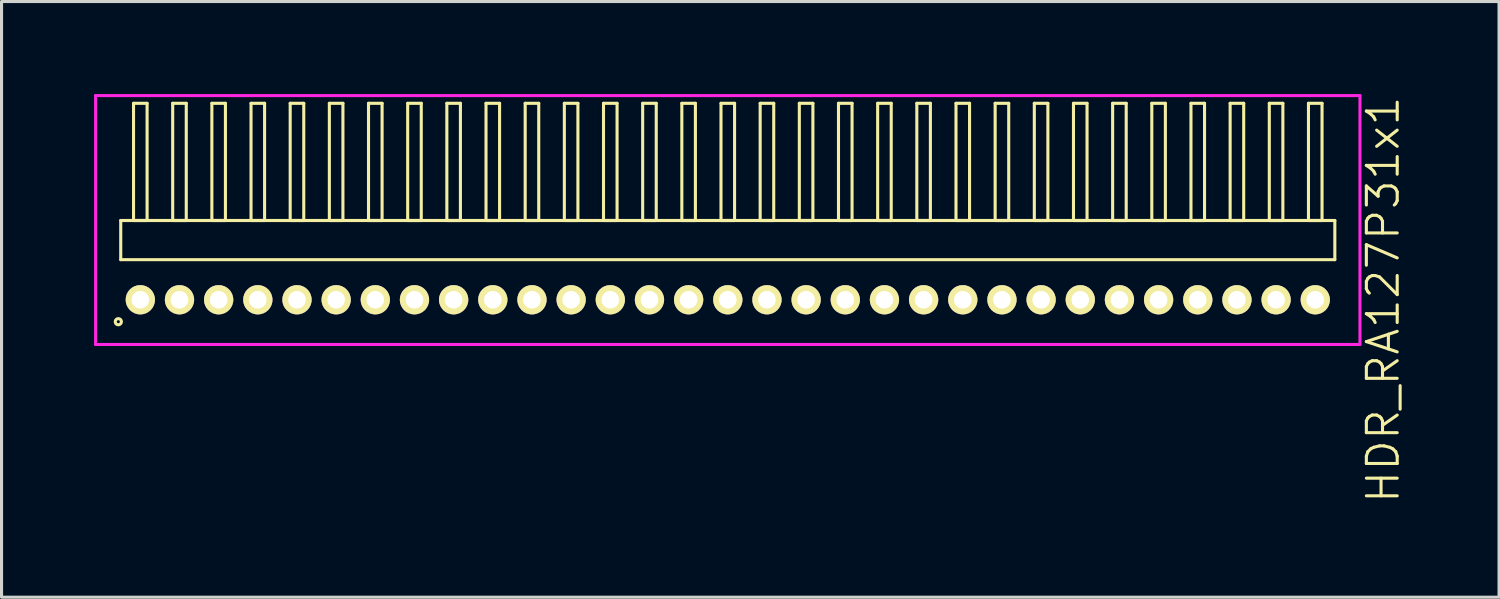
<source format=kicad_pcb>
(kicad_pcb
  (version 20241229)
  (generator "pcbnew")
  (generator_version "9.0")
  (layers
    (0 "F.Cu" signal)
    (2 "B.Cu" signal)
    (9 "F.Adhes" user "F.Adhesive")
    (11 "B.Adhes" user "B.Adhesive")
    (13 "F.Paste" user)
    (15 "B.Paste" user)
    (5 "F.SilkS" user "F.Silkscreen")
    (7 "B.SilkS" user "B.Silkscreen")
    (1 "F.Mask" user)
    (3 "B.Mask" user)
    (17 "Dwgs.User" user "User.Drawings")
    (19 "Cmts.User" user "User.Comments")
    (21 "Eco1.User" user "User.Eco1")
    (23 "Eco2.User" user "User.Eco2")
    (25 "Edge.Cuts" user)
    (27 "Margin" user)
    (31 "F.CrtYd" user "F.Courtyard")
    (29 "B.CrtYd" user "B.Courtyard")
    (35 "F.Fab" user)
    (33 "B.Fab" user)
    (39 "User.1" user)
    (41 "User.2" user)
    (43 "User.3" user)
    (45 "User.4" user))
  (footprint "HDR_RA127P31x1"
    (layer "F.Cu")
    (at 20.55 6.67)
    (property "Reference" "HDR_RA127P31x1" (at 21.25 0 90) (layer "F.SilkS") (effects (font (size 1 1) (thickness 0.1))))
    (attr through_hole)
    (fp_line (start -19.685 -2.57) (end -19.685 -1.3) (stroke (width 0.1) (type solid)) (layer "F.SilkS"))
    (fp_line (start -19.685 -1.3) (end 19.685 -1.3) (stroke (width 0.1) (type solid)) (layer "F.SilkS"))
    (fp_line (start -19.27 -6.37) (end -19.27 -2.57) (stroke (width 0.1) (type solid)) (layer "F.SilkS"))
    (fp_line (start -19.27 -2.57) (end -18.83 -2.57) (stroke (width 0.1) (type solid)) (layer "F.SilkS"))
    (fp_line (start -18.83 -6.37) (end -19.27 -6.37) (stroke (width 0.1) (type solid)) (layer "F.SilkS"))
    (fp_line (start -18.83 -2.57) (end -18.83 -6.37) (stroke (width 0.1) (type solid)) (layer "F.SilkS"))
    (fp_line (start -18 -6.37) (end -18 -2.57) (stroke (width 0.1) (type solid)) (layer "F.SilkS"))
    (fp_line (start -18 -2.57) (end -17.56 -2.57) (stroke (width 0.1) (type solid)) (layer "F.SilkS"))
    (fp_line (start -17.56 -6.37) (end -18 -6.37) (stroke (width 0.1) (type solid)) (layer "F.SilkS"))
    (fp_line (start -17.56 -2.57) (end -17.56 -6.37) (stroke (width 0.1) (type solid)) (layer "F.SilkS"))
    (fp_line (start -16.73 -6.37) (end -16.73 -2.57) (stroke (width 0.1) (type solid)) (layer "F.SilkS"))
    (fp_line (start -16.73 -2.57) (end -16.29 -2.57) (stroke (width 0.1) (type solid)) (layer "F.SilkS"))
    (fp_line (start -16.29 -6.37) (end -16.73 -6.37) (stroke (width 0.1) (type solid)) (layer "F.SilkS"))
    (fp_line (start -16.29 -2.57) (end -16.29 -6.37) (stroke (width 0.1) (type solid)) (layer "F.SilkS"))
    (fp_line (start -15.46 -6.37) (end -15.46 -2.57) (stroke (width 0.1) (type solid)) (layer "F.SilkS"))
    (fp_line (start -15.46 -2.57) (end -15.02 -2.57) (stroke (width 0.1) (type solid)) (layer "F.SilkS"))
    (fp_line (start -15.02 -6.37) (end -15.46 -6.37) (stroke (width 0.1) (type solid)) (layer "F.SilkS"))
    (fp_line (start -15.02 -2.57) (end -15.02 -6.37) (stroke (width 0.1) (type solid)) (layer "F.SilkS"))
    (fp_line (start -14.19 -6.37) (end -14.19 -2.57) (stroke (width 0.1) (type solid)) (layer "F.SilkS"))
    (fp_line (start -14.19 -2.57) (end -13.75 -2.57) (stroke (width 0.1) (type solid)) (layer "F.SilkS"))
    (fp_line (start -13.75 -6.37) (end -14.19 -6.37) (stroke (width 0.1) (type solid)) (layer "F.SilkS"))
    (fp_line (start -13.75 -2.57) (end -13.75 -6.37) (stroke (width 0.1) (type solid)) (layer "F.SilkS"))
    (fp_line (start -12.92 -6.37) (end -12.92 -2.57) (stroke (width 0.1) (type solid)) (layer "F.SilkS"))
    (fp_line (start -12.92 -2.57) (end -12.48 -2.57) (stroke (width 0.1) (type solid)) (layer "F.SilkS"))
    (fp_line (start -12.48 -6.37) (end -12.92 -6.37) (stroke (width 0.1) (type solid)) (layer "F.SilkS"))
    (fp_line (start -12.48 -2.57) (end -12.48 -6.37) (stroke (width 0.1) (type solid)) (layer "F.SilkS"))
    (fp_line (start -11.65 -6.37) (end -11.65 -2.57) (stroke (width 0.1) (type solid)) (layer "F.SilkS"))
    (fp_line (start -11.65 -2.57) (end -11.21 -2.57) (stroke (width 0.1) (type solid)) (layer "F.SilkS"))
    (fp_line (start -11.21 -6.37) (end -11.65 -6.37) (stroke (width 0.1) (type solid)) (layer "F.SilkS"))
    (fp_line (start -11.21 -2.57) (end -11.21 -6.37) (stroke (width 0.1) (type solid)) (layer "F.SilkS"))
    (fp_line (start -10.38 -6.37) (end -10.38 -2.57) (stroke (width 0.1) (type solid)) (layer "F.SilkS"))
    (fp_line (start -10.38 -2.57) (end -9.94 -2.57) (stroke (width 0.1) (type solid)) (layer "F.SilkS"))
    (fp_line (start -9.94 -6.37) (end -10.38 -6.37) (stroke (width 0.1) (type solid)) (layer "F.SilkS"))
    (fp_line (start -9.94 -2.57) (end -9.94 -6.37) (stroke (width 0.1) (type solid)) (layer "F.SilkS"))
    (fp_line (start -9.11 -6.37) (end -9.11 -2.57) (stroke (width 0.1) (type solid)) (layer "F.SilkS"))
    (fp_line (start -9.11 -2.57) (end -8.67 -2.57) (stroke (width 0.1) (type solid)) (layer "F.SilkS"))
    (fp_line (start -8.67 -6.37) (end -9.11 -6.37) (stroke (width 0.1) (type solid)) (layer "F.SilkS"))
    (fp_line (start -8.67 -2.57) (end -8.67 -6.37) (stroke (width 0.1) (type solid)) (layer "F.SilkS"))
    (fp_line (start -7.84 -6.37) (end -7.84 -2.57) (stroke (width 0.1) (type solid)) (layer "F.SilkS"))
    (fp_line (start -7.84 -2.57) (end -7.4 -2.57) (stroke (width 0.1) (type solid)) (layer "F.SilkS"))
    (fp_line (start -7.4 -6.37) (end -7.84 -6.37) (stroke (width 0.1) (type solid)) (layer "F.SilkS"))
    (fp_line (start -7.4 -2.57) (end -7.4 -6.37) (stroke (width 0.1) (type solid)) (layer "F.SilkS"))
    (fp_line (start -6.57 -6.37) (end -6.57 -2.57) (stroke (width 0.1) (type solid)) (layer "F.SilkS"))
    (fp_line (start -6.57 -2.57) (end -6.13 -2.57) (stroke (width 0.1) (type solid)) (layer "F.SilkS"))
    (fp_line (start -6.13 -6.37) (end -6.57 -6.37) (stroke (width 0.1) (type solid)) (layer "F.SilkS"))
    (fp_line (start -6.13 -2.57) (end -6.13 -6.37) (stroke (width 0.1) (type solid)) (layer "F.SilkS"))
    (fp_line (start -5.3 -6.37) (end -5.3 -2.57) (stroke (width 0.1) (type solid)) (layer "F.SilkS"))
    (fp_line (start -5.3 -2.57) (end -4.86 -2.57) (stroke (width 0.1) (type solid)) (layer "F.SilkS"))
    (fp_line (start -4.86 -6.37) (end -5.3 -6.37) (stroke (width 0.1) (type solid)) (layer "F.SilkS"))
    (fp_line (start -4.86 -2.57) (end -4.86 -6.37) (stroke (width 0.1) (type solid)) (layer "F.SilkS"))
    (fp_line (start -4.03 -6.37) (end -4.03 -2.57) (stroke (width 0.1) (type solid)) (layer "F.SilkS"))
    (fp_line (start -4.03 -2.57) (end -3.59 -2.57) (stroke (width 0.1) (type solid)) (layer "F.SilkS"))
    (fp_line (start -3.59 -6.37) (end -4.03 -6.37) (stroke (width 0.1) (type solid)) (layer "F.SilkS"))
    (fp_line (start -3.59 -2.57) (end -3.59 -6.37) (stroke (width 0.1) (type solid)) (layer "F.SilkS"))
    (fp_line (start -2.76 -6.37) (end -2.76 -2.57) (stroke (width 0.1) (type solid)) (layer "F.SilkS"))
    (fp_line (start -2.76 -2.57) (end -2.32 -2.57) (stroke (width 0.1) (type solid)) (layer "F.SilkS"))
    (fp_line (start -2.32 -6.37) (end -2.76 -6.37) (stroke (width 0.1) (type solid)) (layer "F.SilkS"))
    (fp_line (start -2.32 -2.57) (end -2.32 -6.37) (stroke (width 0.1) (type solid)) (layer "F.SilkS"))
    (fp_line (start -1.49 -6.37) (end -1.49 -2.57) (stroke (width 0.1) (type solid)) (layer "F.SilkS"))
    (fp_line (start -1.49 -2.57) (end -1.05 -2.57) (stroke (width 0.1) (type solid)) (layer "F.SilkS"))
    (fp_line (start -1.05 -6.37) (end -1.49 -6.37) (stroke (width 0.1) (type solid)) (layer "F.SilkS"))
    (fp_line (start -1.05 -2.57) (end -1.05 -6.37) (stroke (width 0.1) (type solid)) (layer "F.SilkS"))
    (fp_line (start -0.22 -6.37) (end -0.22 -2.57) (stroke (width 0.1) (type solid)) (layer "F.SilkS"))
    (fp_line (start -0.22 -2.57) (end 0.22 -2.57) (stroke (width 0.1) (type solid)) (layer "F.SilkS"))
    (fp_line (start 0.22 -6.37) (end -0.22 -6.37) (stroke (width 0.1) (type solid)) (layer "F.SilkS"))
    (fp_line (start 0.22 -2.57) (end 0.22 -6.37) (stroke (width 0.1) (type solid)) (layer "F.SilkS"))
    (fp_line (start 1.05 -6.37) (end 1.05 -2.57) (stroke (width 0.1) (type solid)) (layer "F.SilkS"))
    (fp_line (start 1.05 -2.57) (end 1.49 -2.57) (stroke (width 0.1) (type solid)) (layer "F.SilkS"))
    (fp_line (start 1.49 -6.37) (end 1.05 -6.37) (stroke (width 0.1) (type solid)) (layer "F.SilkS"))
    (fp_line (start 1.49 -2.57) (end 1.49 -6.37) (stroke (width 0.1) (type solid)) (layer "F.SilkS"))
    (fp_line (start 2.32 -6.37) (end 2.32 -2.57) (stroke (width 0.1) (type solid)) (layer "F.SilkS"))
    (fp_line (start 2.32 -2.57) (end 2.76 -2.57) (stroke (width 0.1) (type solid)) (layer "F.SilkS"))
    (fp_line (start 2.76 -6.37) (end 2.32 -6.37) (stroke (width 0.1) (type solid)) (layer "F.SilkS"))
    (fp_line (start 2.76 -2.57) (end 2.76 -6.37) (stroke (width 0.1) (type solid)) (layer "F.SilkS"))
    (fp_line (start 3.59 -6.37) (end 3.59 -2.57) (stroke (width 0.1) (type solid)) (layer "F.SilkS"))
    (fp_line (start 3.59 -2.57) (end 4.03 -2.57) (stroke (width 0.1) (type solid)) (layer "F.SilkS"))
    (fp_line (start 4.03 -6.37) (end 3.59 -6.37) (stroke (width 0.1) (type solid)) (layer "F.SilkS"))
    (fp_line (start 4.03 -2.57) (end 4.03 -6.37) (stroke (width 0.1) (type solid)) (layer "F.SilkS"))
    (fp_line (start 4.86 -6.37) (end 4.86 -2.57) (stroke (width 0.1) (type solid)) (layer "F.SilkS"))
    (fp_line (start 4.86 -2.57) (end 5.3 -2.57) (stroke (width 0.1) (type solid)) (layer "F.SilkS"))
    (fp_line (start 5.3 -6.37) (end 4.86 -6.37) (stroke (width 0.1) (type solid)) (layer "F.SilkS"))
    (fp_line (start 5.3 -2.57) (end 5.3 -6.37) (stroke (width 0.1) (type solid)) (layer "F.SilkS"))
    (fp_line (start 6.13 -6.37) (end 6.13 -2.57) (stroke (width 0.1) (type solid)) (layer "F.SilkS"))
    (fp_line (start 6.13 -2.57) (end 6.57 -2.57) (stroke (width 0.1) (type solid)) (layer "F.SilkS"))
    (fp_line (start 6.57 -6.37) (end 6.13 -6.37) (stroke (width 0.1) (type solid)) (layer "F.SilkS"))
    (fp_line (start 6.57 -2.57) (end 6.57 -6.37) (stroke (width 0.1) (type solid)) (layer "F.SilkS"))
    (fp_line (start 7.4 -6.37) (end 7.4 -2.57) (stroke (width 0.1) (type solid)) (layer "F.SilkS"))
    (fp_line (start 7.4 -2.57) (end 7.84 -2.57) (stroke (width 0.1) (type solid)) (layer "F.SilkS"))
    (fp_line (start 7.84 -6.37) (end 7.4 -6.37) (stroke (width 0.1) (type solid)) (layer "F.SilkS"))
    (fp_line (start 7.84 -2.57) (end 7.84 -6.37) (stroke (width 0.1) (type solid)) (layer "F.SilkS"))
    (fp_line (start 8.67 -6.37) (end 8.67 -2.57) (stroke (width 0.1) (type solid)) (layer "F.SilkS"))
    (fp_line (start 8.67 -2.57) (end 9.11 -2.57) (stroke (width 0.1) (type solid)) (layer "F.SilkS"))
    (fp_line (start 9.11 -6.37) (end 8.67 -6.37) (stroke (width 0.1) (type solid)) (layer "F.SilkS"))
    (fp_line (start 9.11 -2.57) (end 9.11 -6.37) (stroke (width 0.1) (type solid)) (layer "F.SilkS"))
    (fp_line (start 9.94 -6.37) (end 9.94 -2.57) (stroke (width 0.1) (type solid)) (layer "F.SilkS"))
    (fp_line (start 9.94 -2.57) (end 10.38 -2.57) (stroke (width 0.1) (type solid)) (layer "F.SilkS"))
    (fp_line (start 10.38 -6.37) (end 9.94 -6.37) (stroke (width 0.1) (type solid)) (layer "F.SilkS"))
    (fp_line (start 10.38 -2.57) (end 10.38 -6.37) (stroke (width 0.1) (type solid)) (layer "F.SilkS"))
    (fp_line (start 11.21 -6.37) (end 11.21 -2.57) (stroke (width 0.1) (type solid)) (layer "F.SilkS"))
    (fp_line (start 11.21 -2.57) (end 11.65 -2.57) (stroke (width 0.1) (type solid)) (layer "F.SilkS"))
    (fp_line (start 11.65 -6.37) (end 11.21 -6.37) (stroke (width 0.1) (type solid)) (layer "F.SilkS"))
    (fp_line (start 11.65 -2.57) (end 11.65 -6.37) (stroke (width 0.1) (type solid)) (layer "F.SilkS"))
    (fp_line (start 12.48 -6.37) (end 12.48 -2.57) (stroke (width 0.1) (type solid)) (layer "F.SilkS"))
    (fp_line (start 12.48 -2.57) (end 12.92 -2.57) (stroke (width 0.1) (type solid)) (layer "F.SilkS"))
    (fp_line (start 12.92 -6.37) (end 12.48 -6.37) (stroke (width 0.1) (type solid)) (layer "F.SilkS"))
    (fp_line (start 12.92 -2.57) (end 12.92 -6.37) (stroke (width 0.1) (type solid)) (layer "F.SilkS"))
    (fp_line (start 13.75 -6.37) (end 13.75 -2.57) (stroke (width 0.1) (type solid)) (layer "F.SilkS"))
    (fp_line (start 13.75 -2.57) (end 14.19 -2.57) (stroke (width 0.1) (type solid)) (layer "F.SilkS"))
    (fp_line (start 14.19 -6.37) (end 13.75 -6.37) (stroke (width 0.1) (type solid)) (layer "F.SilkS"))
    (fp_line (start 14.19 -2.57) (end 14.19 -6.37) (stroke (width 0.1) (type solid)) (layer "F.SilkS"))
    (fp_line (start 15.02 -6.37) (end 15.02 -2.57) (stroke (width 0.1) (type solid)) (layer "F.SilkS"))
    (fp_line (start 15.02 -2.57) (end 15.46 -2.57) (stroke (width 0.1) (type solid)) (layer "F.SilkS"))
    (fp_line (start 15.46 -6.37) (end 15.02 -6.37) (stroke (width 0.1) (type solid)) (layer "F.SilkS"))
    (fp_line (start 15.46 -2.57) (end 15.46 -6.37) (stroke (width 0.1) (type solid)) (layer "F.SilkS"))
    (fp_line (start 16.29 -6.37) (end 16.29 -2.57) (stroke (width 0.1) (type solid)) (layer "F.SilkS"))
    (fp_line (start 16.29 -2.57) (end 16.73 -2.57) (stroke (width 0.1) (type solid)) (layer "F.SilkS"))
    (fp_line (start 16.73 -6.37) (end 16.29 -6.37) (stroke (width 0.1) (type solid)) (layer "F.SilkS"))
    (fp_line (start 16.73 -2.57) (end 16.73 -6.37) (stroke (width 0.1) (type solid)) (layer "F.SilkS"))
    (fp_line (start 17.56 -6.37) (end 17.56 -2.57) (stroke (width 0.1) (type solid)) (layer "F.SilkS"))
    (fp_line (start 17.56 -2.57) (end 18 -2.57) (stroke (width 0.1) (type solid)) (layer "F.SilkS"))
    (fp_line (start 18 -6.37) (end 17.56 -6.37) (stroke (width 0.1) (type solid)) (layer "F.SilkS"))
    (fp_line (start 18 -2.57) (end 18 -6.37) (stroke (width 0.1) (type solid)) (layer "F.SilkS"))
    (fp_line (start 18.83 -6.37) (end 18.83 -2.57) (stroke (width 0.1) (type solid)) (layer "F.SilkS"))
    (fp_line (start 18.83 -2.57) (end 19.27 -2.57) (stroke (width 0.1) (type solid)) (layer "F.SilkS"))
    (fp_line (start 19.27 -6.37) (end 18.83 -6.37) (stroke (width 0.1) (type solid)) (layer "F.SilkS"))
    (fp_line (start 19.27 -2.57) (end 19.27 -6.37) (stroke (width 0.1) (type solid)) (layer "F.SilkS"))
    (fp_line (start 19.685 -2.57) (end -19.685 -2.57) (stroke (width 0.1) (type solid)) (layer "F.SilkS"))
    (fp_line (start 19.685 -1.3) (end 19.685 -2.57) (stroke (width 0.1) (type solid)) (layer "F.SilkS"))
    (fp_circle (center -19.763 0.712) (end -19.663 0.712) (stroke (width 0.1) (type solid)) (fill no) (layer "F.SilkS"))
    (fp_line (start -20.5 -6.62) (end -20.5 1.45) (stroke (width 0.1) (type solid)) (layer "F.CrtYd"))
    (fp_line (start -20.5 1.45) (end 20.5 1.45) (stroke (width 0.1) (type solid)) (layer "F.CrtYd"))
    (fp_line (start 20.5 -6.62) (end -20.5 -6.62) (stroke (width 0.1) (type solid)) (layer "F.CrtYd"))
    (fp_line (start 20.5 1.45) (end 20.5 -6.62) (stroke (width 0.1) (type solid)) (layer "F.CrtYd"))
    (pad "1" thru_hole oval (at -19.05 0) (size 0.95 0.95) (drill 0.57) (layers "*.Cu" "*.Mask" "F.SilkS"))
    (pad "2" thru_hole oval (at -17.78 0) (size 0.95 0.95) (drill 0.57) (layers "*.Cu" "*.Mask" "F.SilkS"))
    (pad "3" thru_hole oval (at -16.51 0) (size 0.95 0.95) (drill 0.57) (layers "*.Cu" "*.Mask" "F.SilkS"))
    (pad "4" thru_hole oval (at -15.24 0) (size 0.95 0.95) (drill 0.57) (layers "*.Cu" "*.Mask" "F.SilkS"))
    (pad "5" thru_hole oval (at -13.97 0) (size 0.95 0.95) (drill 0.57) (layers "*.Cu" "*.Mask" "F.SilkS"))
    (pad "6" thru_hole oval (at -12.7 0) (size 0.95 0.95) (drill 0.57) (layers "*.Cu" "*.Mask" "F.SilkS"))
    (pad "7" thru_hole oval (at -11.43 0) (size 0.95 0.95) (drill 0.57) (layers "*.Cu" "*.Mask" "F.SilkS"))
    (pad "8" thru_hole oval (at -10.16 0) (size 0.95 0.95) (drill 0.57) (layers "*.Cu" "*.Mask" "F.SilkS"))
    (pad "9" thru_hole oval (at -8.89 0) (size 0.95 0.95) (drill 0.57) (layers "*.Cu" "*.Mask" "F.SilkS"))
    (pad "10" thru_hole oval (at -7.62 0) (size 0.95 0.95) (drill 0.57) (layers "*.Cu" "*.Mask" "F.SilkS"))
    (pad "11" thru_hole oval (at -6.35 0) (size 0.95 0.95) (drill 0.57) (layers "*.Cu" "*.Mask" "F.SilkS"))
    (pad "12" thru_hole oval (at -5.08 0) (size 0.95 0.95) (drill 0.57) (layers "*.Cu" "*.Mask" "F.SilkS"))
    (pad "13" thru_hole oval (at -3.81 0) (size 0.95 0.95) (drill 0.57) (layers "*.Cu" "*.Mask" "F.SilkS"))
    (pad "14" thru_hole oval (at -2.54 0) (size 0.95 0.95) (drill 0.57) (layers "*.Cu" "*.Mask" "F.SilkS"))
    (pad "15" thru_hole oval (at -1.27 0) (size 0.95 0.95) (drill 0.57) (layers "*.Cu" "*.Mask" "F.SilkS"))
    (pad "16" thru_hole oval (at 0 0) (size 0.95 0.95) (drill 0.57) (layers "*.Cu" "*.Mask" "F.SilkS"))
    (pad "17" thru_hole oval (at 1.27 0) (size 0.95 0.95) (drill 0.57) (layers "*.Cu" "*.Mask" "F.SilkS"))
    (pad "18" thru_hole oval (at 2.54 0) (size 0.95 0.95) (drill 0.57) (layers "*.Cu" "*.Mask" "F.SilkS"))
    (pad "19" thru_hole oval (at 3.81 0) (size 0.95 0.95) (drill 0.57) (layers "*.Cu" "*.Mask" "F.SilkS"))
    (pad "20" thru_hole oval (at 5.08 0) (size 0.95 0.95) (drill 0.57) (layers "*.Cu" "*.Mask" "F.SilkS"))
    (pad "21" thru_hole oval (at 6.35 0) (size 0.95 0.95) (drill 0.57) (layers "*.Cu" "*.Mask" "F.SilkS"))
    (pad "22" thru_hole oval (at 7.62 0) (size 0.95 0.95) (drill 0.57) (layers "*.Cu" "*.Mask" "F.SilkS"))
    (pad "23" thru_hole oval (at 8.89 0) (size 0.95 0.95) (drill 0.57) (layers "*.Cu" "*.Mask" "F.SilkS"))
    (pad "24" thru_hole oval (at 10.16 0) (size 0.95 0.95) (drill 0.57) (layers "*.Cu" "*.Mask" "F.SilkS"))
    (pad "25" thru_hole oval (at 11.43 0) (size 0.95 0.95) (drill 0.57) (layers "*.Cu" "*.Mask" "F.SilkS"))
    (pad "26" thru_hole oval (at 12.7 0) (size 0.95 0.95) (drill 0.57) (layers "*.Cu" "*.Mask" "F.SilkS"))
    (pad "27" thru_hole oval (at 13.97 0) (size 0.95 0.95) (drill 0.57) (layers "*.Cu" "*.Mask" "F.SilkS"))
    (pad "28" thru_hole oval (at 15.24 0) (size 0.95 0.95) (drill 0.57) (layers "*.Cu" "*.Mask" "F.SilkS"))
    (pad "29" thru_hole oval (at 16.51 0) (size 0.95 0.95) (drill 0.57) (layers "*.Cu" "*.Mask" "F.SilkS"))
    (pad "30" thru_hole oval (at 17.78 0) (size 0.95 0.95) (drill 0.57) (layers "*.Cu" "*.Mask" "F.SilkS"))
    (pad "31" thru_hole oval (at 19.05 0) (size 0.95 0.95) (drill 0.57) (layers "*.Cu" "*.Mask" "F.SilkS")))
  (gr_rect
    (start -3 -3)
    (end 45.56 16.315)
    (stroke (width 0.1) (type default))
    (fill no)
    (layer "Edge.Cuts")))
</source>
